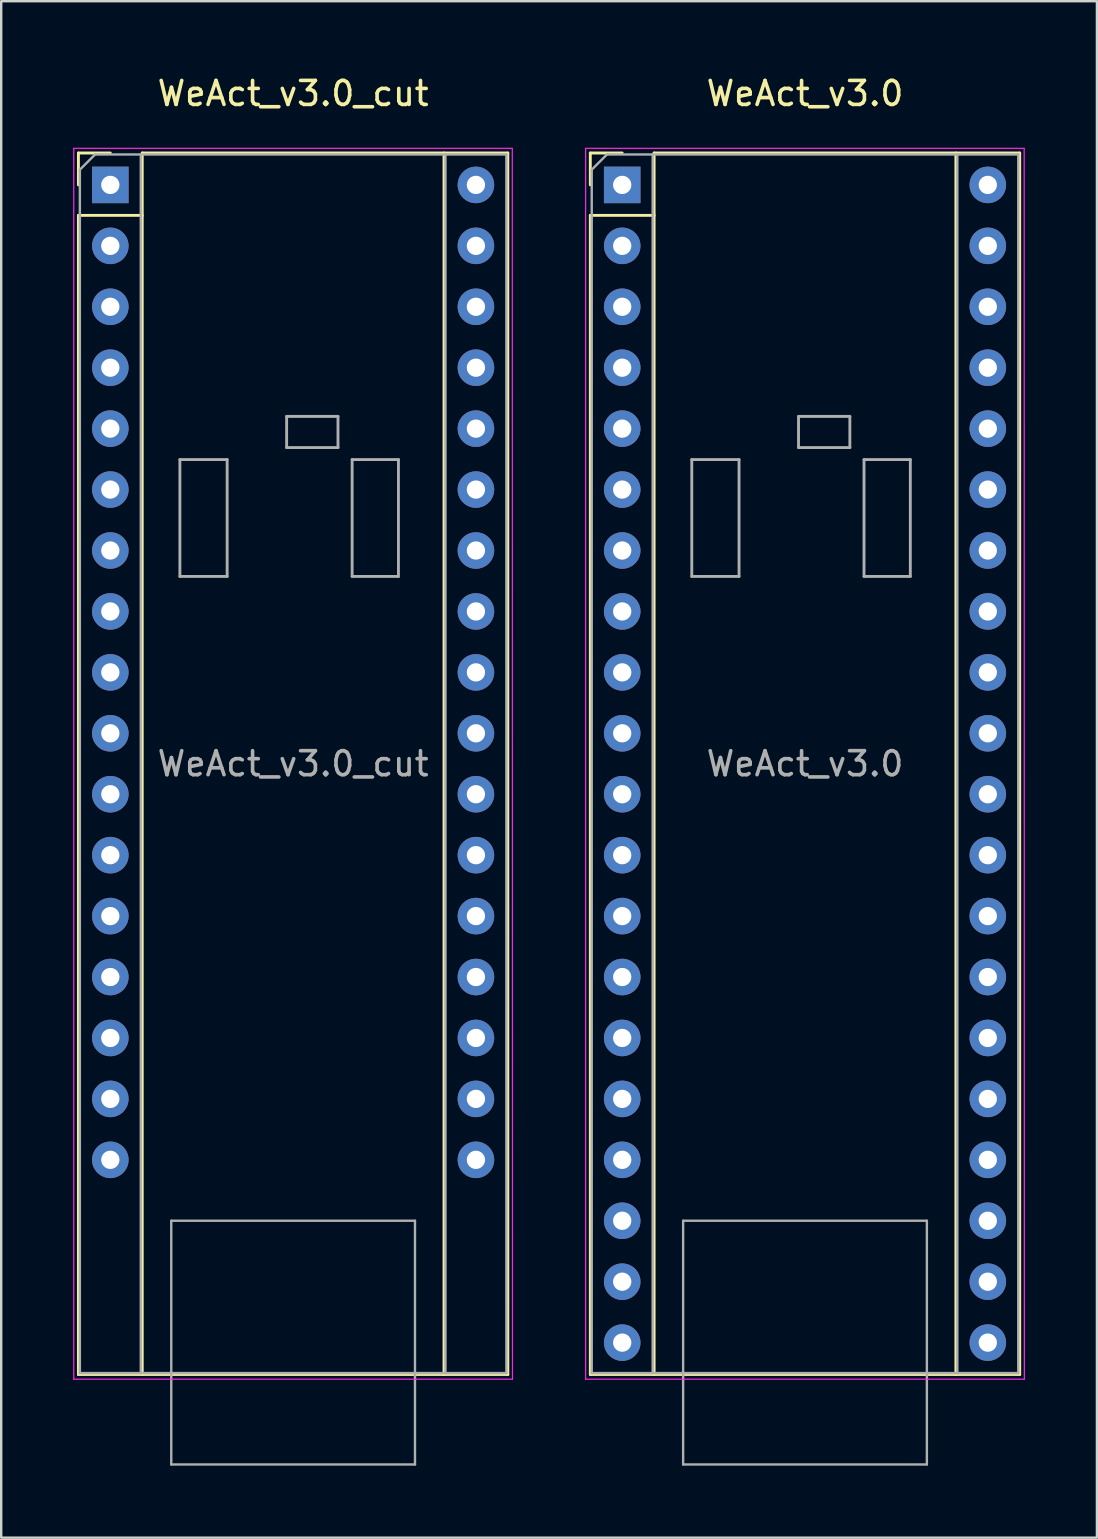
<source format=kicad_pcb>
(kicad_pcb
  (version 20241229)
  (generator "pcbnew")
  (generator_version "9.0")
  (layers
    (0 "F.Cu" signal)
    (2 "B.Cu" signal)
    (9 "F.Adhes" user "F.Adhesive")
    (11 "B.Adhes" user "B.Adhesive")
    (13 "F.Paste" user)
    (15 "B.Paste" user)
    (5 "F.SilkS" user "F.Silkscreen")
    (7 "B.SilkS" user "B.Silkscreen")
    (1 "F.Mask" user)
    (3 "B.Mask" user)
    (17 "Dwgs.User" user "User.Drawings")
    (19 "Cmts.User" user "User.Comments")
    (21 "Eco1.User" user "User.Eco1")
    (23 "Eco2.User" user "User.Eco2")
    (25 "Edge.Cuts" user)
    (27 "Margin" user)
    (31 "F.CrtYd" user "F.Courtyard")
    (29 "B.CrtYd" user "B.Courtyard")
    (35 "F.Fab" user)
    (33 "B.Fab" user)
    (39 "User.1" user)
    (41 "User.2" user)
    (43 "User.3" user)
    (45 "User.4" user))
  (footprint "WeAct_v3.0"
    (layer "F.Cu")
    (at 22.887 4.658)
    (property "Reference" "WeAct_v3.0" (at 7.62 -3.81 0) (layer "F.SilkS") (effects (font (size 1 1) (thickness 0.15))))
    (attr through_hole)
    (fp_line (start -1.33 -1.33) (end -1.33 0) (stroke (width 0.12) (type solid)) (layer "F.SilkS"))
    (fp_line (start -1.33 1.27) (end 1.33 1.27) (stroke (width 0.12) (type solid)) (layer "F.SilkS"))
    (fp_line (start -1.33 49.59) (end -1.33 1.27) (stroke (width 0.12) (type solid)) (layer "F.SilkS"))
    (fp_line (start 0 -1.33) (end -1.33 -1.33) (stroke (width 0.12) (type solid)) (layer "F.SilkS"))
    (fp_line (start 1.33 -1.33) (end 1.33 49.59) (stroke (width 0.12) (type solid)) (layer "F.SilkS"))
    (fp_line (start 1.33 -1.33) (end 16.57 -1.33) (stroke (width 0.12) (type solid)) (layer "F.SilkS"))
    (fp_line (start 13.91 49.59) (end 13.91 -1.33) (stroke (width 0.12) (type solid)) (layer "F.SilkS"))
    (fp_line (start 16.57 -1.33) (end 16.57 49.59) (stroke (width 0.12) (type solid)) (layer "F.SilkS"))
    (fp_line (start 16.57 49.59) (end -1.33 49.59) (stroke (width 0.12) (type solid)) (layer "F.SilkS"))
    (fp_line (start -1.524 -1.524) (end 16.756 -1.524) (stroke (width 0.05) (type solid)) (layer "F.CrtYd"))
    (fp_line (start -1.524 49.784) (end -1.524 -1.524) (stroke (width 0.05) (type solid)) (layer "F.CrtYd"))
    (fp_line (start 16.756 -1.524) (end 16.764 49.784) (stroke (width 0.05) (type solid)) (layer "F.CrtYd"))
    (fp_line (start 16.764 49.784) (end -1.524 49.784) (stroke (width 0.05) (type solid)) (layer "F.CrtYd"))
    (fp_line (start -1.27 -0.635) (end -0.635 -1.27) (stroke (width 0.1) (type solid)) (layer "F.Fab"))
    (fp_line (start -1.27 49.53) (end -1.27 -0.635) (stroke (width 0.1) (type solid)) (layer "F.Fab"))
    (fp_line (start -0.635 -1.27) (end 16.51 -1.27) (stroke (width 0.1) (type solid)) (layer "F.Fab"))
    (fp_line (start 1.27 -1.27) (end 1.27 49.53) (stroke (width 0.1) (type solid)) (layer "F.Fab"))
    (fp_line (start 2.54 43.18) (end 12.7 43.18) (stroke (width 0.1) (type solid)) (layer "F.Fab"))
    (fp_line (start 2.54 53.34) (end 2.54 43.18) (stroke (width 0.1) (type solid)) (layer "F.Fab"))
    (fp_line (start 2.54 53.34) (end 12.7 53.34) (stroke (width 0.1) (type solid)) (layer "F.Fab"))
    (fp_line (start 2.9 11.45) (end 4.87 11.45) (stroke (width 0.12) (type solid)) (layer "F.Fab"))
    (fp_line (start 2.9 16.32) (end 2.9 11.45) (stroke (width 0.12) (type solid)) (layer "F.Fab"))
    (fp_line (start 4.87 11.45) (end 4.87 16.32) (stroke (width 0.12) (type solid)) (layer "F.Fab"))
    (fp_line (start 4.87 16.32) (end 2.9 16.32) (stroke (width 0.12) (type solid)) (layer "F.Fab"))
    (fp_line (start 7.35 9.65) (end 9.49 9.65) (stroke (width 0.12) (type solid)) (layer "F.Fab"))
    (fp_line (start 7.35 10.95) (end 7.35 9.65) (stroke (width 0.12) (type solid)) (layer "F.Fab"))
    (fp_line (start 9.49 9.65) (end 9.49 10.95) (stroke (width 0.12) (type solid)) (layer "F.Fab"))
    (fp_line (start 9.49 10.95) (end 7.35 10.95) (stroke (width 0.12) (type solid)) (layer "F.Fab"))
    (fp_line (start 10.08 11.45) (end 12.01 11.45) (stroke (width 0.12) (type solid)) (layer "F.Fab"))
    (fp_line (start 10.08 16.32) (end 10.08 11.45) (stroke (width 0.12) (type solid)) (layer "F.Fab"))
    (fp_line (start 12.01 11.45) (end 12.01 16.32) (stroke (width 0.12) (type solid)) (layer "F.Fab"))
    (fp_line (start 12.01 16.32) (end 10.08 16.32) (stroke (width 0.12) (type solid)) (layer "F.Fab"))
    (fp_line (start 12.7 43.18) (end 12.7 53.34) (stroke (width 0.1) (type solid)) (layer "F.Fab"))
    (fp_line (start 13.97 -1.27) (end 13.97 49.53) (stroke (width 0.1) (type solid)) (layer "F.Fab"))
    (fp_line (start 16.51 -1.27) (end 16.51 49.53) (stroke (width 0.1) (type solid)) (layer "F.Fab"))
    (fp_line (start 16.51 49.53) (end -1.27 49.53) (stroke (width 0.1) (type solid)) (layer "F.Fab"))
    (fp_text user "${REFERENCE}" (at 7.62 24.13 0) (layer "F.Fab") (effects (font (size 1 1) (thickness 0.15))))
    (pad "1" thru_hole rect (at 0 0) (size 1.524 1.524) (drill 0.762) (layers "*.Cu" "*.Mask"))
    (pad "2" thru_hole circle (at 0 2.54) (size 1.524 1.524) (drill 0.762) (layers "*.Cu" "*.Mask"))
    (pad "3" thru_hole circle (at 0 5.08) (size 1.524 1.524) (drill 0.762) (layers "*.Cu" "*.Mask"))
    (pad "4" thru_hole circle (at 0 7.62) (size 1.524 1.524) (drill 0.762) (layers "*.Cu" "*.Mask"))
    (pad "5" thru_hole circle (at 0 10.16) (size 1.524 1.524) (drill 0.762) (layers "*.Cu" "*.Mask"))
    (pad "6" thru_hole circle (at 0 12.7) (size 1.524 1.524) (drill 0.762) (layers "*.Cu" "*.Mask"))
    (pad "7" thru_hole circle (at 0 15.24) (size 1.524 1.524) (drill 0.762) (layers "*.Cu" "*.Mask"))
    (pad "8" thru_hole circle (at 0 17.78) (size 1.524 1.524) (drill 0.762) (layers "*.Cu" "*.Mask"))
    (pad "9" thru_hole circle (at 0 20.32) (size 1.524 1.524) (drill 0.762) (layers "*.Cu" "*.Mask"))
    (pad "10" thru_hole circle (at 0 22.86) (size 1.524 1.524) (drill 0.762) (layers "*.Cu" "*.Mask"))
    (pad "11" thru_hole circle (at 0 25.4) (size 1.524 1.524) (drill 0.762) (layers "*.Cu" "*.Mask"))
    (pad "12" thru_hole circle (at 0 27.94) (size 1.524 1.524) (drill 0.762) (layers "*.Cu" "*.Mask"))
    (pad "13" thru_hole circle (at 0 30.48) (size 1.524 1.524) (drill 0.762) (layers "*.Cu" "*.Mask"))
    (pad "14" thru_hole circle (at 0 33.02) (size 1.524 1.524) (drill 0.762) (layers "*.Cu" "*.Mask"))
    (pad "15" thru_hole circle (at 0 35.56) (size 1.524 1.524) (drill 0.762) (layers "*.Cu" "*.Mask"))
    (pad "16" thru_hole circle (at 0 38.1) (size 1.524 1.524) (drill 0.762) (layers "*.Cu" "*.Mask"))
    (pad "17" thru_hole circle (at 0 40.64) (size 1.524 1.524) (drill 0.762) (layers "*.Cu" "*.Mask"))
    (pad "18" thru_hole circle (at 0 43.18) (size 1.524 1.524) (drill 0.762) (layers "*.Cu" "*.Mask"))
    (pad "19" thru_hole circle (at 0 45.72) (size 1.524 1.524) (drill 0.762) (layers "*.Cu" "*.Mask"))
    (pad "20" thru_hole circle (at 0 48.26) (size 1.524 1.524) (drill 0.762) (layers "*.Cu" "*.Mask"))
    (pad "21" thru_hole circle (at 15.24 48.26) (size 1.524 1.524) (drill 0.762) (layers "*.Cu" "*.Mask"))
    (pad "22" thru_hole circle (at 15.24 45.72) (size 1.524 1.524) (drill 0.762) (layers "*.Cu" "*.Mask"))
    (pad "23" thru_hole circle (at 15.24 43.18) (size 1.524 1.524) (drill 0.762) (layers "*.Cu" "*.Mask"))
    (pad "24" thru_hole circle (at 15.24 40.64) (size 1.524 1.524) (drill 0.762) (layers "*.Cu" "*.Mask"))
    (pad "25" thru_hole circle (at 15.24 38.1) (size 1.524 1.524) (drill 0.762) (layers "*.Cu" "*.Mask"))
    (pad "26" thru_hole circle (at 15.24 35.56) (size 1.524 1.524) (drill 0.762) (layers "*.Cu" "*.Mask"))
    (pad "27" thru_hole circle (at 15.24 33.02) (size 1.524 1.524) (drill 0.762) (layers "*.Cu" "*.Mask"))
    (pad "28" thru_hole circle (at 15.24 30.48) (size 1.524 1.524) (drill 0.762) (layers "*.Cu" "*.Mask"))
    (pad "29" thru_hole circle (at 15.24 27.94) (size 1.524 1.524) (drill 0.762) (layers "*.Cu" "*.Mask"))
    (pad "30" thru_hole circle (at 15.24 25.4) (size 1.524 1.524) (drill 0.762) (layers "*.Cu" "*.Mask"))
    (pad "31" thru_hole circle (at 15.24 22.86) (size 1.524 1.524) (drill 0.762) (layers "*.Cu" "*.Mask"))
    (pad "32" thru_hole circle (at 15.24 20.32) (size 1.524 1.524) (drill 0.762) (layers "*.Cu" "*.Mask"))
    (pad "33" thru_hole circle (at 15.24 17.78) (size 1.524 1.524) (drill 0.762) (layers "*.Cu" "*.Mask"))
    (pad "34" thru_hole circle (at 15.24 15.24) (size 1.524 1.524) (drill 0.762) (layers "*.Cu" "*.Mask"))
    (pad "35" thru_hole circle (at 15.24 12.7) (size 1.524 1.524) (drill 0.762) (layers "*.Cu" "*.Mask"))
    (pad "36" thru_hole circle (at 15.24 10.16) (size 1.524 1.524) (drill 0.762) (layers "*.Cu" "*.Mask"))
    (pad "37" thru_hole circle (at 15.24 7.62) (size 1.524 1.524) (drill 0.762) (layers "*.Cu" "*.Mask"))
    (pad "38" thru_hole circle (at 15.24 5.08) (size 1.524 1.524) (drill 0.762) (layers "*.Cu" "*.Mask"))
    (pad "39" thru_hole circle (at 15.24 2.54) (size 1.524 1.524) (drill 0.762) (layers "*.Cu" "*.Mask"))
    (pad "40" thru_hole circle (at 15.24 0) (size 1.524 1.524) (drill 0.762) (layers "*.Cu" "*.Mask")))
  (footprint "WeAct_v3.0_cut"
    (layer "F.Cu")
    (at 1.549 4.658)
    (property "Reference" "WeAct_v3.0_cut" (at 7.62 -3.81 0) (layer "F.SilkS") (effects (font (size 1 1) (thickness 0.15))))
    (attr through_hole)
    (fp_line (start -1.33 -1.33) (end -1.33 0) (stroke (width 0.12) (type solid)) (layer "F.SilkS"))
    (fp_line (start -1.33 1.27) (end 1.33 1.27) (stroke (width 0.12) (type solid)) (layer "F.SilkS"))
    (fp_line (start -1.33 49.59) (end -1.33 1.27) (stroke (width 0.12) (type solid)) (layer "F.SilkS"))
    (fp_line (start 0 -1.33) (end -1.33 -1.33) (stroke (width 0.12) (type solid)) (layer "F.SilkS"))
    (fp_line (start 1.33 -1.33) (end 1.33 49.59) (stroke (width 0.12) (type solid)) (layer "F.SilkS"))
    (fp_line (start 1.33 -1.33) (end 16.57 -1.33) (stroke (width 0.12) (type solid)) (layer "F.SilkS"))
    (fp_line (start 13.91 49.59) (end 13.91 -1.33) (stroke (width 0.12) (type solid)) (layer "F.SilkS"))
    (fp_line (start 16.57 -1.33) (end 16.57 49.59) (stroke (width 0.12) (type solid)) (layer "F.SilkS"))
    (fp_line (start 16.57 49.59) (end -1.33 49.59) (stroke (width 0.12) (type solid)) (layer "F.SilkS"))
    (fp_line (start -1.524 -1.524) (end 16.756 -1.524) (stroke (width 0.05) (type solid)) (layer "F.CrtYd"))
    (fp_line (start -1.524 49.784) (end -1.524 -1.524) (stroke (width 0.05) (type solid)) (layer "F.CrtYd"))
    (fp_line (start 16.756 -1.524) (end 16.764 49.784) (stroke (width 0.05) (type solid)) (layer "F.CrtYd"))
    (fp_line (start 16.764 49.784) (end -1.524 49.784) (stroke (width 0.05) (type solid)) (layer "F.CrtYd"))
    (fp_line (start -1.27 -0.635) (end -0.635 -1.27) (stroke (width 0.1) (type solid)) (layer "F.Fab"))
    (fp_line (start -1.27 49.53) (end -1.27 -0.635) (stroke (width 0.1) (type solid)) (layer "F.Fab"))
    (fp_line (start -0.635 -1.27) (end 16.51 -1.27) (stroke (width 0.1) (type solid)) (layer "F.Fab"))
    (fp_line (start 1.27 -1.27) (end 1.27 49.53) (stroke (width 0.1) (type solid)) (layer "F.Fab"))
    (fp_line (start 2.54 43.18) (end 12.7 43.18) (stroke (width 0.1) (type solid)) (layer "F.Fab"))
    (fp_line (start 2.54 53.34) (end 2.54 43.18) (stroke (width 0.1) (type solid)) (layer "F.Fab"))
    (fp_line (start 2.54 53.34) (end 12.7 53.34) (stroke (width 0.1) (type solid)) (layer "F.Fab"))
    (fp_line (start 2.9 11.45) (end 4.87 11.45) (stroke (width 0.12) (type solid)) (layer "F.Fab"))
    (fp_line (start 2.9 16.32) (end 2.9 11.45) (stroke (width 0.12) (type solid)) (layer "F.Fab"))
    (fp_line (start 4.87 11.45) (end 4.87 16.32) (stroke (width 0.12) (type solid)) (layer "F.Fab"))
    (fp_line (start 4.87 16.32) (end 2.9 16.32) (stroke (width 0.12) (type solid)) (layer "F.Fab"))
    (fp_line (start 7.35 9.65) (end 9.49 9.65) (stroke (width 0.12) (type solid)) (layer "F.Fab"))
    (fp_line (start 7.35 10.95) (end 7.35 9.65) (stroke (width 0.12) (type solid)) (layer "F.Fab"))
    (fp_line (start 9.49 9.65) (end 9.49 10.95) (stroke (width 0.12) (type solid)) (layer "F.Fab"))
    (fp_line (start 9.49 10.95) (end 7.35 10.95) (stroke (width 0.12) (type solid)) (layer "F.Fab"))
    (fp_line (start 10.08 11.45) (end 12.01 11.45) (stroke (width 0.12) (type solid)) (layer "F.Fab"))
    (fp_line (start 10.08 16.32) (end 10.08 11.45) (stroke (width 0.12) (type solid)) (layer "F.Fab"))
    (fp_line (start 12.01 11.45) (end 12.01 16.32) (stroke (width 0.12) (type solid)) (layer "F.Fab"))
    (fp_line (start 12.01 16.32) (end 10.08 16.32) (stroke (width 0.12) (type solid)) (layer "F.Fab"))
    (fp_line (start 12.7 43.18) (end 12.7 53.34) (stroke (width 0.1) (type solid)) (layer "F.Fab"))
    (fp_line (start 13.97 -1.27) (end 13.97 49.53) (stroke (width 0.1) (type solid)) (layer "F.Fab"))
    (fp_line (start 16.51 -1.27) (end 16.51 49.53) (stroke (width 0.1) (type solid)) (layer "F.Fab"))
    (fp_line (start 16.51 49.53) (end -1.27 49.53) (stroke (width 0.1) (type solid)) (layer "F.Fab"))
    (fp_text user "${REFERENCE}" (at 7.62 24.13 0) (layer "F.Fab") (effects (font (size 1 1) (thickness 0.15))))
    (pad "1" thru_hole rect (at 0 0) (size 1.524 1.524) (drill 0.762) (layers "*.Cu" "*.Mask"))
    (pad "2" thru_hole circle (at 0 2.54) (size 1.524 1.524) (drill 0.762) (layers "*.Cu" "*.Mask"))
    (pad "3" thru_hole circle (at 0 5.08) (size 1.524 1.524) (drill 0.762) (layers "*.Cu" "*.Mask"))
    (pad "4" thru_hole circle (at 0 7.62) (size 1.524 1.524) (drill 0.762) (layers "*.Cu" "*.Mask"))
    (pad "5" thru_hole circle (at 0 10.16) (size 1.524 1.524) (drill 0.762) (layers "*.Cu" "*.Mask"))
    (pad "6" thru_hole circle (at 0 12.7) (size 1.524 1.524) (drill 0.762) (layers "*.Cu" "*.Mask"))
    (pad "7" thru_hole circle (at 0 15.24) (size 1.524 1.524) (drill 0.762) (layers "*.Cu" "*.Mask"))
    (pad "8" thru_hole circle (at 0 17.78) (size 1.524 1.524) (drill 0.762) (layers "*.Cu" "*.Mask"))
    (pad "9" thru_hole circle (at 0 20.32) (size 1.524 1.524) (drill 0.762) (layers "*.Cu" "*.Mask"))
    (pad "10" thru_hole circle (at 0 22.86) (size 1.524 1.524) (drill 0.762) (layers "*.Cu" "*.Mask"))
    (pad "11" thru_hole circle (at 0 25.4) (size 1.524 1.524) (drill 0.762) (layers "*.Cu" "*.Mask"))
    (pad "12" thru_hole circle (at 0 27.94) (size 1.524 1.524) (drill 0.762) (layers "*.Cu" "*.Mask"))
    (pad "13" thru_hole circle (at 0 30.48) (size 1.524 1.524) (drill 0.762) (layers "*.Cu" "*.Mask"))
    (pad "14" thru_hole circle (at 0 33.02) (size 1.524 1.524) (drill 0.762) (layers "*.Cu" "*.Mask"))
    (pad "15" thru_hole circle (at 0 35.56) (size 1.524 1.524) (drill 0.762) (layers "*.Cu" "*.Mask"))
    (pad "16" thru_hole circle (at 0 38.1) (size 1.524 1.524) (drill 0.762) (layers "*.Cu" "*.Mask"))
    (pad "17" thru_hole circle (at 0 40.64) (size 1.524 1.524) (drill 0.762) (layers "*.Cu" "*.Mask"))
    (pad "24" thru_hole circle (at 15.24 40.64) (size 1.524 1.524) (drill 0.762) (layers "*.Cu" "*.Mask"))
    (pad "25" thru_hole circle (at 15.24 38.1) (size 1.524 1.524) (drill 0.762) (layers "*.Cu" "*.Mask"))
    (pad "26" thru_hole circle (at 15.24 35.56) (size 1.524 1.524) (drill 0.762) (layers "*.Cu" "*.Mask"))
    (pad "27" thru_hole circle (at 15.24 33.02) (size 1.524 1.524) (drill 0.762) (layers "*.Cu" "*.Mask"))
    (pad "28" thru_hole circle (at 15.24 30.48) (size 1.524 1.524) (drill 0.762) (layers "*.Cu" "*.Mask"))
    (pad "29" thru_hole circle (at 15.24 27.94) (size 1.524 1.524) (drill 0.762) (layers "*.Cu" "*.Mask"))
    (pad "30" thru_hole circle (at 15.24 25.4) (size 1.524 1.524) (drill 0.762) (layers "*.Cu" "*.Mask"))
    (pad "31" thru_hole circle (at 15.24 22.86) (size 1.524 1.524) (drill 0.762) (layers "*.Cu" "*.Mask"))
    (pad "32" thru_hole circle (at 15.24 20.32) (size 1.524 1.524) (drill 0.762) (layers "*.Cu" "*.Mask"))
    (pad "33" thru_hole circle (at 15.24 17.78) (size 1.524 1.524) (drill 0.762) (layers "*.Cu" "*.Mask"))
    (pad "34" thru_hole circle (at 15.24 15.24) (size 1.524 1.524) (drill 0.762) (layers "*.Cu" "*.Mask"))
    (pad "35" thru_hole circle (at 15.24 12.7) (size 1.524 1.524) (drill 0.762) (layers "*.Cu" "*.Mask"))
    (pad "36" thru_hole circle (at 15.24 10.16) (size 1.524 1.524) (drill 0.762) (layers "*.Cu" "*.Mask"))
    (pad "37" thru_hole circle (at 15.24 7.62) (size 1.524 1.524) (drill 0.762) (layers "*.Cu" "*.Mask"))
    (pad "38" thru_hole circle (at 15.24 5.08) (size 1.524 1.524) (drill 0.762) (layers "*.Cu" "*.Mask"))
    (pad "39" thru_hole circle (at 15.24 2.54) (size 1.524 1.524) (drill 0.762) (layers "*.Cu" "*.Mask"))
    (pad "40" thru_hole circle (at 15.24 0) (size 1.524 1.524) (drill 0.762) (layers "*.Cu" "*.Mask")))
  (gr_rect
    (start -3 -3)
    (end 42.676 61.048)
    (stroke (width 0.1) (type default))
    (fill no)
    (layer "Edge.Cuts")))
</source>
